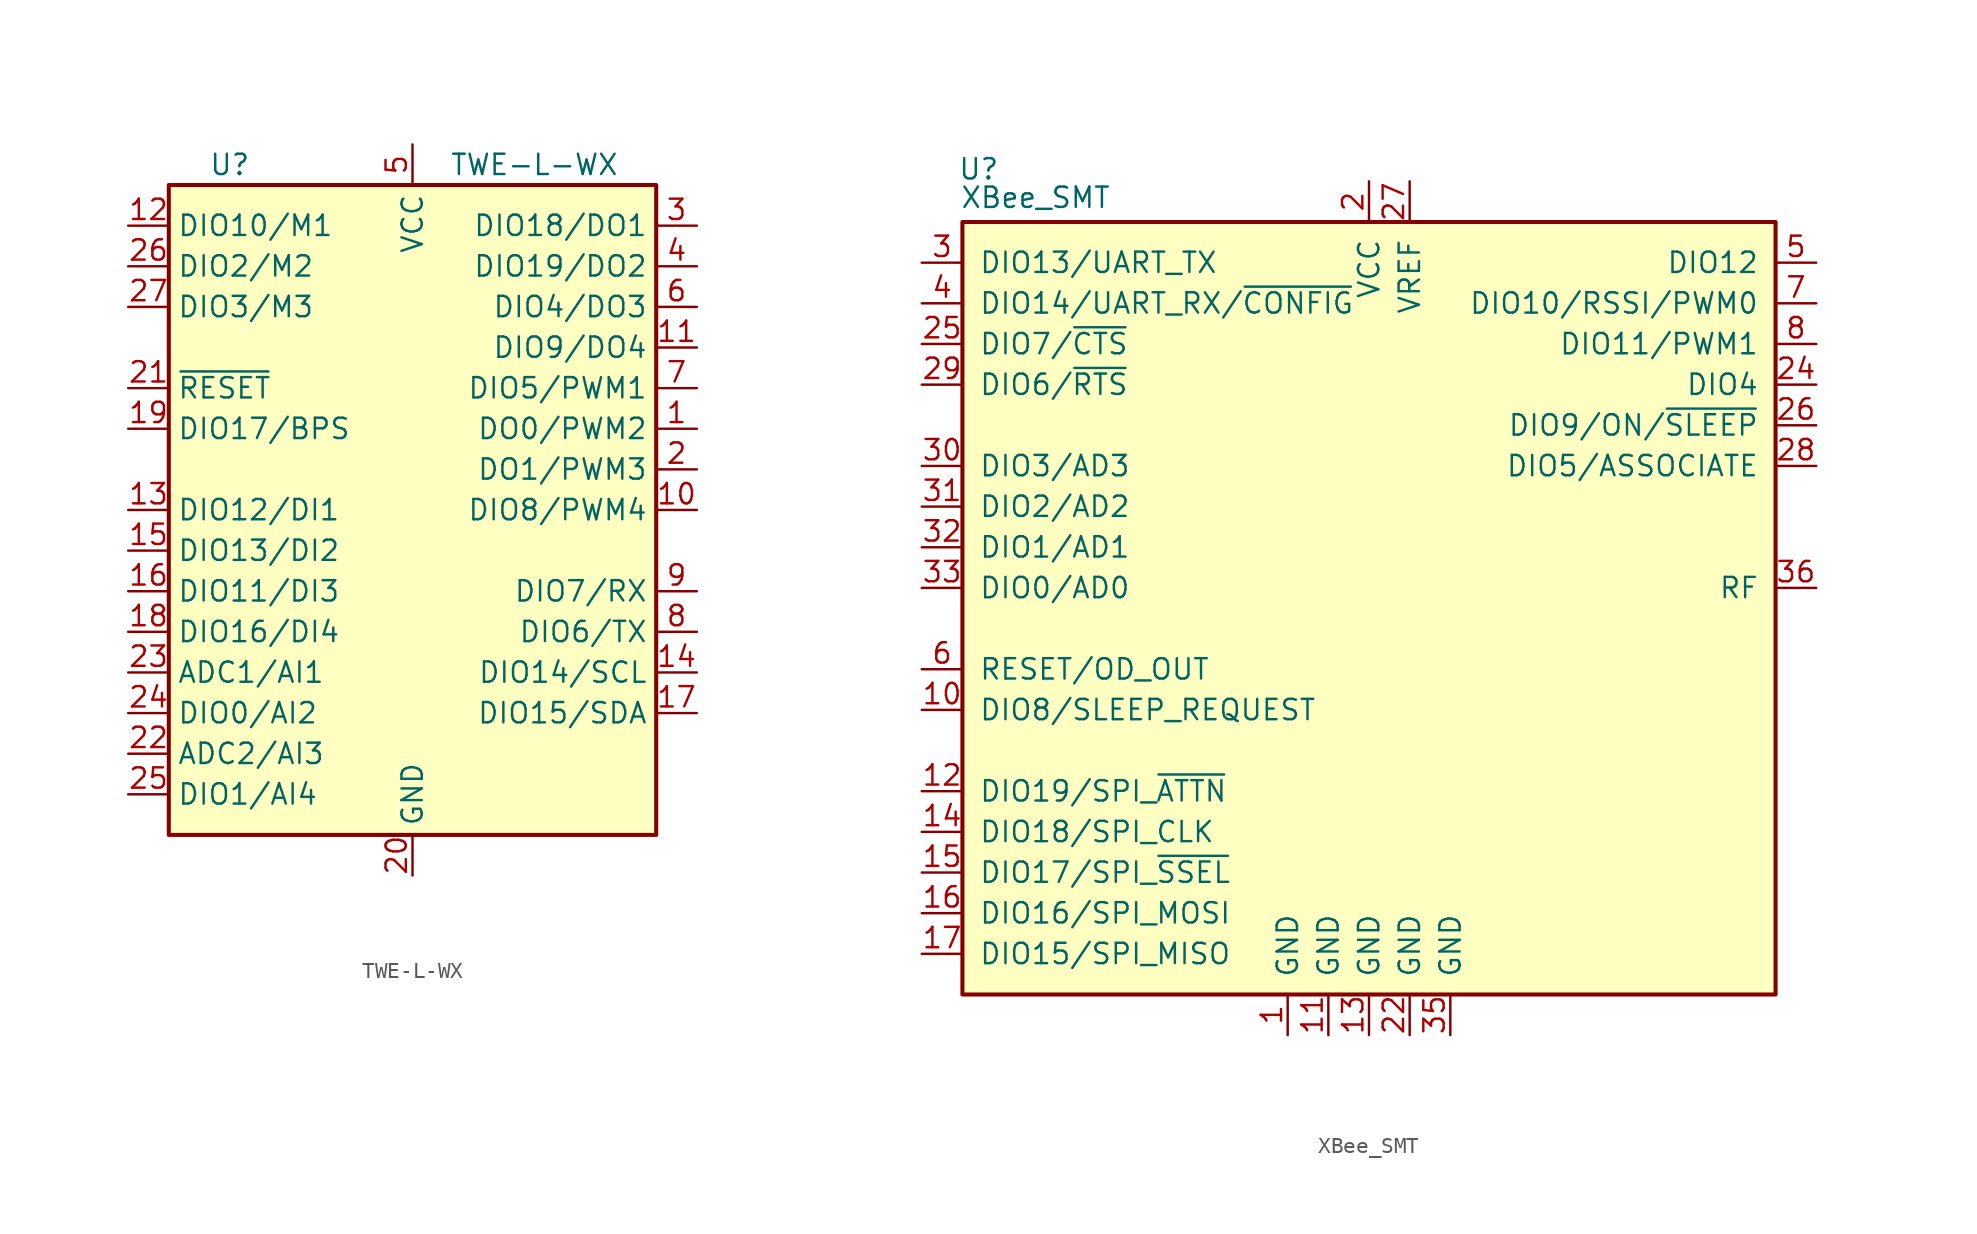
<source format=kicad_sym>
(kicad_symbol_lib
  (version 20241209)
  (generator "kicad_symbol_editor")
  (generator_version "9.0")
  (symbol "TWE-L-WX"
    (property "Reference" "U"
      (at -11.43 21.59 0)
      (effects (font (size 1.27 1.27))))
    (property "Value" "TWE-L-WX"
      (at 7.62 21.59 0)
      (effects (font (size 1.27 1.27))))
    (symbol "TWE-L-WX_1_0"
      (rectangle (start -15.24 -20.32) (end 15.24 20.32) (stroke (width 0.254) (type default)) (fill (type background))))
    (symbol "TWE-L-WX_1_1"
      (pin bidirectional line (at -17.78 17.78 0) (length 2.54) (name "DIO10/M1" (effects (font (size 1.27 1.27)))) (number "12" (effects (font (size 1.27 1.27)))))
      (pin bidirectional line (at -17.78 15.24 0) (length 2.54) (name "DIO2/M2" (effects (font (size 1.27 1.27)))) (number "26" (effects (font (size 1.27 1.27)))))
      (pin bidirectional line (at -17.78 12.7 0) (length 2.54) (name "DIO3/M3" (effects (font (size 1.27 1.27)))) (number "27" (effects (font (size 1.27 1.27)))))
      (pin input line (at -17.78 7.62 0) (length 2.54) (name "~{RESET}" (effects (font (size 1.27 1.27)))) (number "21" (effects (font (size 1.27 1.27)))))
      (pin bidirectional line (at -17.78 5.08 0) (length 2.54) (name "DIO17/BPS" (effects (font (size 1.27 1.27)))) (number "19" (effects (font (size 1.27 1.27)))))
      (pin bidirectional line (at -17.78 0 0) (length 2.54) (name "DIO12/DI1" (effects (font (size 1.27 1.27)))) (number "13" (effects (font (size 1.27 1.27)))))
      (pin bidirectional line (at -17.78 -2.54 0) (length 2.54) (name "DIO13/DI2" (effects (font (size 1.27 1.27)))) (number "15" (effects (font (size 1.27 1.27)))))
      (pin bidirectional line (at -17.78 -5.08 0) (length 2.54) (name "DIO11/DI3" (effects (font (size 1.27 1.27)))) (number "16" (effects (font (size 1.27 1.27)))))
      (pin bidirectional line (at -17.78 -7.62 0) (length 2.54) (name "DIO16/DI4" (effects (font (size 1.27 1.27)))) (number "18" (effects (font (size 1.27 1.27)))))
      (pin input line (at -17.78 -10.16 0) (length 2.54) (name "ADC1/AI1" (effects (font (size 1.27 1.27)))) (number "23" (effects (font (size 1.27 1.27)))))
      (pin bidirectional line (at -17.78 -12.7 0) (length 2.54) (name "DIO0/AI2" (effects (font (size 1.27 1.27)))) (number "24" (effects (font (size 1.27 1.27)))))
      (pin input line (at -17.78 -15.24 0) (length 2.54) (name "ADC2/AI3" (effects (font (size 1.27 1.27)))) (number "22" (effects (font (size 1.27 1.27)))))
      (pin bidirectional line (at -17.78 -17.78 0) (length 2.54) (name "DIO1/AI4" (effects (font (size 1.27 1.27)))) (number "25" (effects (font (size 1.27 1.27)))))
      (pin power_in line (at 0 22.86 270) (length 2.54) (name "VCC" (effects (font (size 1.27 1.27)))) (number "5" (effects (font (size 1.27 1.27)))))
      (pin power_in line (at 0 -22.86 90) (length 2.54) (name "GND" (effects (font (size 1.27 1.27)))) (number "20" (effects (font (size 1.27 1.27)))))
      (pin passive line (at 0 -22.86 90) (length 2.54) (hide yes) (name "GND" (effects (font (size 1.27 1.27)))) (number "28" (effects (font (size 1.27 1.27)))))
      (pin passive line (at 0 -22.86 90) (length 2.54) (hide yes) (name "GND" (effects (font (size 1.27 1.27)))) (number "30" (effects (font (size 1.27 1.27)))))
      (pin passive line (at 0 -22.86 90) (length 2.54) (hide yes) (name "GND" (effects (font (size 1.27 1.27)))) (number "31" (effects (font (size 1.27 1.27)))))
      (pin passive line (at 0 -22.86 90) (length 2.54) (hide yes) (name "GND" (effects (font (size 1.27 1.27)))) (number "32" (effects (font (size 1.27 1.27)))))
      (pin no_connect line (at 15.24 -17.78 180) (length 2.54) (hide yes) (name "NC" (effects (font (size 1.27 1.27)))) (number "29" (effects (font (size 1.27 1.27)))))
      (pin bidirectional line (at 17.78 17.78 180) (length 2.54) (name "DIO18/DO1" (effects (font (size 1.27 1.27)))) (number "3" (effects (font (size 1.27 1.27)))))
      (pin bidirectional line (at 17.78 15.24 180) (length 2.54) (name "DIO19/DO2" (effects (font (size 1.27 1.27)))) (number "4" (effects (font (size 1.27 1.27)))))
      (pin bidirectional line (at 17.78 12.7 180) (length 2.54) (name "DIO4/DO3" (effects (font (size 1.27 1.27)))) (number "6" (effects (font (size 1.27 1.27)))))
      (pin bidirectional line (at 17.78 10.16 180) (length 2.54) (name "DIO9/DO4" (effects (font (size 1.27 1.27)))) (number "11" (effects (font (size 1.27 1.27)))))
      (pin bidirectional line (at 17.78 7.62 180) (length 2.54) (name "DIO5/PWM1" (effects (font (size 1.27 1.27)))) (number "7" (effects (font (size 1.27 1.27)))))
      (pin output line (at 17.78 5.08 180) (length 2.54) (name "DO0/PWM2" (effects (font (size 1.27 1.27)))) (number "1" (effects (font (size 1.27 1.27)))))
      (pin bidirectional line (at 17.78 2.54 180) (length 2.54) (name "DO1/PWM3" (effects (font (size 1.27 1.27)))) (number "2" (effects (font (size 1.27 1.27)))))
      (pin bidirectional line (at 17.78 0 180) (length 2.54) (name "DIO8/PWM4" (effects (font (size 1.27 1.27)))) (number "10" (effects (font (size 1.27 1.27)))))
      (pin bidirectional line (at 17.78 -5.08 180) (length 2.54) (name "DIO7/RX" (effects (font (size 1.27 1.27)))) (number "9" (effects (font (size 1.27 1.27)))))
      (pin bidirectional line (at 17.78 -7.62 180) (length 2.54) (name "DIO6/TX" (effects (font (size 1.27 1.27)))) (number "8" (effects (font (size 1.27 1.27)))))
      (pin bidirectional line (at 17.78 -10.16 180) (length 2.54) (name "DIO14/SCL" (effects (font (size 1.27 1.27)))) (number "14" (effects (font (size 1.27 1.27)))))
      (pin bidirectional line (at 17.78 -12.7 180) (length 2.54) (name "DIO15/SDA" (effects (font (size 1.27 1.27)))) (number "17" (effects (font (size 1.27 1.27)))))))
  (symbol "XBee_SMT"
    (pin_names
      (offset 1.016))
    (property "Reference" "U"
      (at -24.384 26.162 0)
      (effects (font (size 1.27 1.27))))
    (property "Value" "XBee_SMT"
      (at -20.828 24.384 0)
      (effects (font (size 1.27 1.27))))
    (symbol "XBee_SMT_0_1"
      (rectangle (start -25.4 22.86) (end 25.4 -25.4) (stroke (width 0.254) (type default)) (fill (type background))))
    (symbol "XBee_SMT_1_1"
      (pin bidirectional line (at -27.94 20.32 0) (length 2.54) (name "DIO13/UART_TX" (effects (font (size 1.27 1.27)))) (number "3" (effects (font (size 1.27 1.27)))))
      (pin bidirectional line (at -27.94 17.78 0) (length 2.54) (name "DIO14/UART_RX/~{CONFIG}" (effects (font (size 1.27 1.27)))) (number "4" (effects (font (size 1.27 1.27)))))
      (pin bidirectional line (at -27.94 15.24 0) (length 2.54) (name "DIO7/~{CTS}" (effects (font (size 1.27 1.27)))) (number "25" (effects (font (size 1.27 1.27)))))
      (pin bidirectional line (at -27.94 12.7 0) (length 2.54) (name "DIO6/~{RTS}" (effects (font (size 1.27 1.27)))) (number "29" (effects (font (size 1.27 1.27)))))
      (pin bidirectional line (at -27.94 7.62 0) (length 2.54) (name "DIO3/AD3" (effects (font (size 1.27 1.27)))) (number "30" (effects (font (size 1.27 1.27)))))
      (pin bidirectional line (at -27.94 5.08 0) (length 2.54) (name "DIO2/AD2" (effects (font (size 1.27 1.27)))) (number "31" (effects (font (size 1.27 1.27)))))
      (pin bidirectional line (at -27.94 2.54 0) (length 2.54) (name "DIO1/AD1" (effects (font (size 1.27 1.27)))) (number "32" (effects (font (size 1.27 1.27)))))
      (pin bidirectional line (at -27.94 0 0) (length 2.54) (name "DIO0/AD0" (effects (font (size 1.27 1.27)))) (number "33" (effects (font (size 1.27 1.27)))))
      (pin bidirectional line (at -27.94 -5.08 0) (length 2.54) (name "RESET/OD_OUT" (effects (font (size 1.27 1.27)))) (number "6" (effects (font (size 1.27 1.27)))))
      (pin bidirectional line (at -27.94 -7.62 0) (length 2.54) (name "DIO8/SLEEP_REQUEST" (effects (font (size 1.27 1.27)))) (number "10" (effects (font (size 1.27 1.27)))))
      (pin output line (at -27.94 -12.7 0) (length 2.54) (name "DIO19/SPI_~{ATTN}" (effects (font (size 1.27 1.27)))) (number "12" (effects (font (size 1.27 1.27)))))
      (pin input line (at -27.94 -15.24 0) (length 2.54) (name "DIO18/SPI_CLK" (effects (font (size 1.27 1.27)))) (number "14" (effects (font (size 1.27 1.27)))))
      (pin input line (at -27.94 -17.78 0) (length 2.54) (name "DIO17/SPI_~{SSEL}" (effects (font (size 1.27 1.27)))) (number "15" (effects (font (size 1.27 1.27)))))
      (pin input line (at -27.94 -20.32 0) (length 2.54) (name "DIO16/SPI_MOSI" (effects (font (size 1.27 1.27)))) (number "16" (effects (font (size 1.27 1.27)))))
      (pin output line (at -27.94 -22.86 0) (length 2.54) (name "DIO15/SPI_MISO" (effects (font (size 1.27 1.27)))) (number "17" (effects (font (size 1.27 1.27)))))
      (pin power_in line (at -5.08 -27.94 90) (length 2.54) (name "GND" (effects (font (size 1.27 1.27)))) (number "1" (effects (font (size 1.27 1.27)))))
      (pin power_in line (at -2.54 -27.94 90) (length 2.54) (name "GND" (effects (font (size 1.27 1.27)))) (number "11" (effects (font (size 1.27 1.27)))))
      (pin power_in line (at 0 25.4 270) (length 2.54) (name "VCC" (effects (font (size 1.27 1.27)))) (number "2" (effects (font (size 1.27 1.27)))))
      (pin power_in line (at 0 -27.94 90) (length 2.54) (name "GND" (effects (font (size 1.27 1.27)))) (number "13" (effects (font (size 1.27 1.27)))))
      (pin input line (at 2.54 25.4 270) (length 2.54) (name "VREF" (effects (font (size 1.27 1.27)))) (number "27" (effects (font (size 1.27 1.27)))))
      (pin power_in line (at 2.54 -27.94 90) (length 2.54) (name "GND" (effects (font (size 1.27 1.27)))) (number "22" (effects (font (size 1.27 1.27)))))
      (pin power_in line (at 5.08 -27.94 90) (length 2.54) (name "GND" (effects (font (size 1.27 1.27)))) (number "35" (effects (font (size 1.27 1.27)))))
      (pin no_connect line (at 25.4 -5.08 180) (length 2.54) (hide yes) (name "NC" (effects (font (size 1.27 1.27)))) (number "37" (effects (font (size 1.27 1.27)))))
      (pin no_connect line (at 25.4 -7.62 180) (length 2.54) (hide yes) (name "NC" (effects (font (size 1.27 1.27)))) (number "34" (effects (font (size 1.27 1.27)))))
      (pin no_connect line (at 25.4 -10.16 180) (length 2.54) (hide yes) (name "NC" (effects (font (size 1.27 1.27)))) (number "23" (effects (font (size 1.27 1.27)))))
      (pin no_connect line (at 25.4 -12.7 180) (length 2.54) (hide yes) (name "NC" (effects (font (size 1.27 1.27)))) (number "21" (effects (font (size 1.27 1.27)))))
      (pin no_connect line (at 25.4 -15.24 180) (length 2.54) (hide yes) (name "NC" (effects (font (size 1.27 1.27)))) (number "20" (effects (font (size 1.27 1.27)))))
      (pin no_connect line (at 25.4 -17.78 180) (length 2.54) (hide yes) (name "NC" (effects (font (size 1.27 1.27)))) (number "19" (effects (font (size 1.27 1.27)))))
      (pin no_connect line (at 25.4 -20.32 180) (length 2.54) (hide yes) (name "NC" (effects (font (size 1.27 1.27)))) (number "18" (effects (font (size 1.27 1.27)))))
      (pin no_connect line (at 25.4 -22.86 180) (length 2.54) (hide yes) (name "NC" (effects (font (size 1.27 1.27)))) (number "9" (effects (font (size 1.27 1.27)))))
      (pin bidirectional line (at 27.94 20.32 180) (length 2.54) (name "DIO12" (effects (font (size 1.27 1.27)))) (number "5" (effects (font (size 1.27 1.27)))))
      (pin bidirectional line (at 27.94 17.78 180) (length 2.54) (name "DIO10/RSSI/PWM0" (effects (font (size 1.27 1.27)))) (number "7" (effects (font (size 1.27 1.27)))))
      (pin bidirectional line (at 27.94 15.24 180) (length 2.54) (name "DIO11/PWM1" (effects (font (size 1.27 1.27)))) (number "8" (effects (font (size 1.27 1.27)))))
      (pin bidirectional line (at 27.94 12.7 180) (length 2.54) (name "DIO4" (effects (font (size 1.27 1.27)))) (number "24" (effects (font (size 1.27 1.27)))))
      (pin bidirectional line (at 27.94 10.16 180) (length 2.54) (name "DIO9/ON/~{SLEEP}" (effects (font (size 1.27 1.27)))) (number "26" (effects (font (size 1.27 1.27)))))
      (pin bidirectional line (at 27.94 7.62 180) (length 2.54) (name "DIO5/ASSOCIATE" (effects (font (size 1.27 1.27)))) (number "28" (effects (font (size 1.27 1.27)))))
      (pin bidirectional line (at 27.94 0 180) (length 2.54) (name "RF" (effects (font (size 1.27 1.27)))) (number "36" (effects (font (size 1.27 1.27))))))))
</source>
